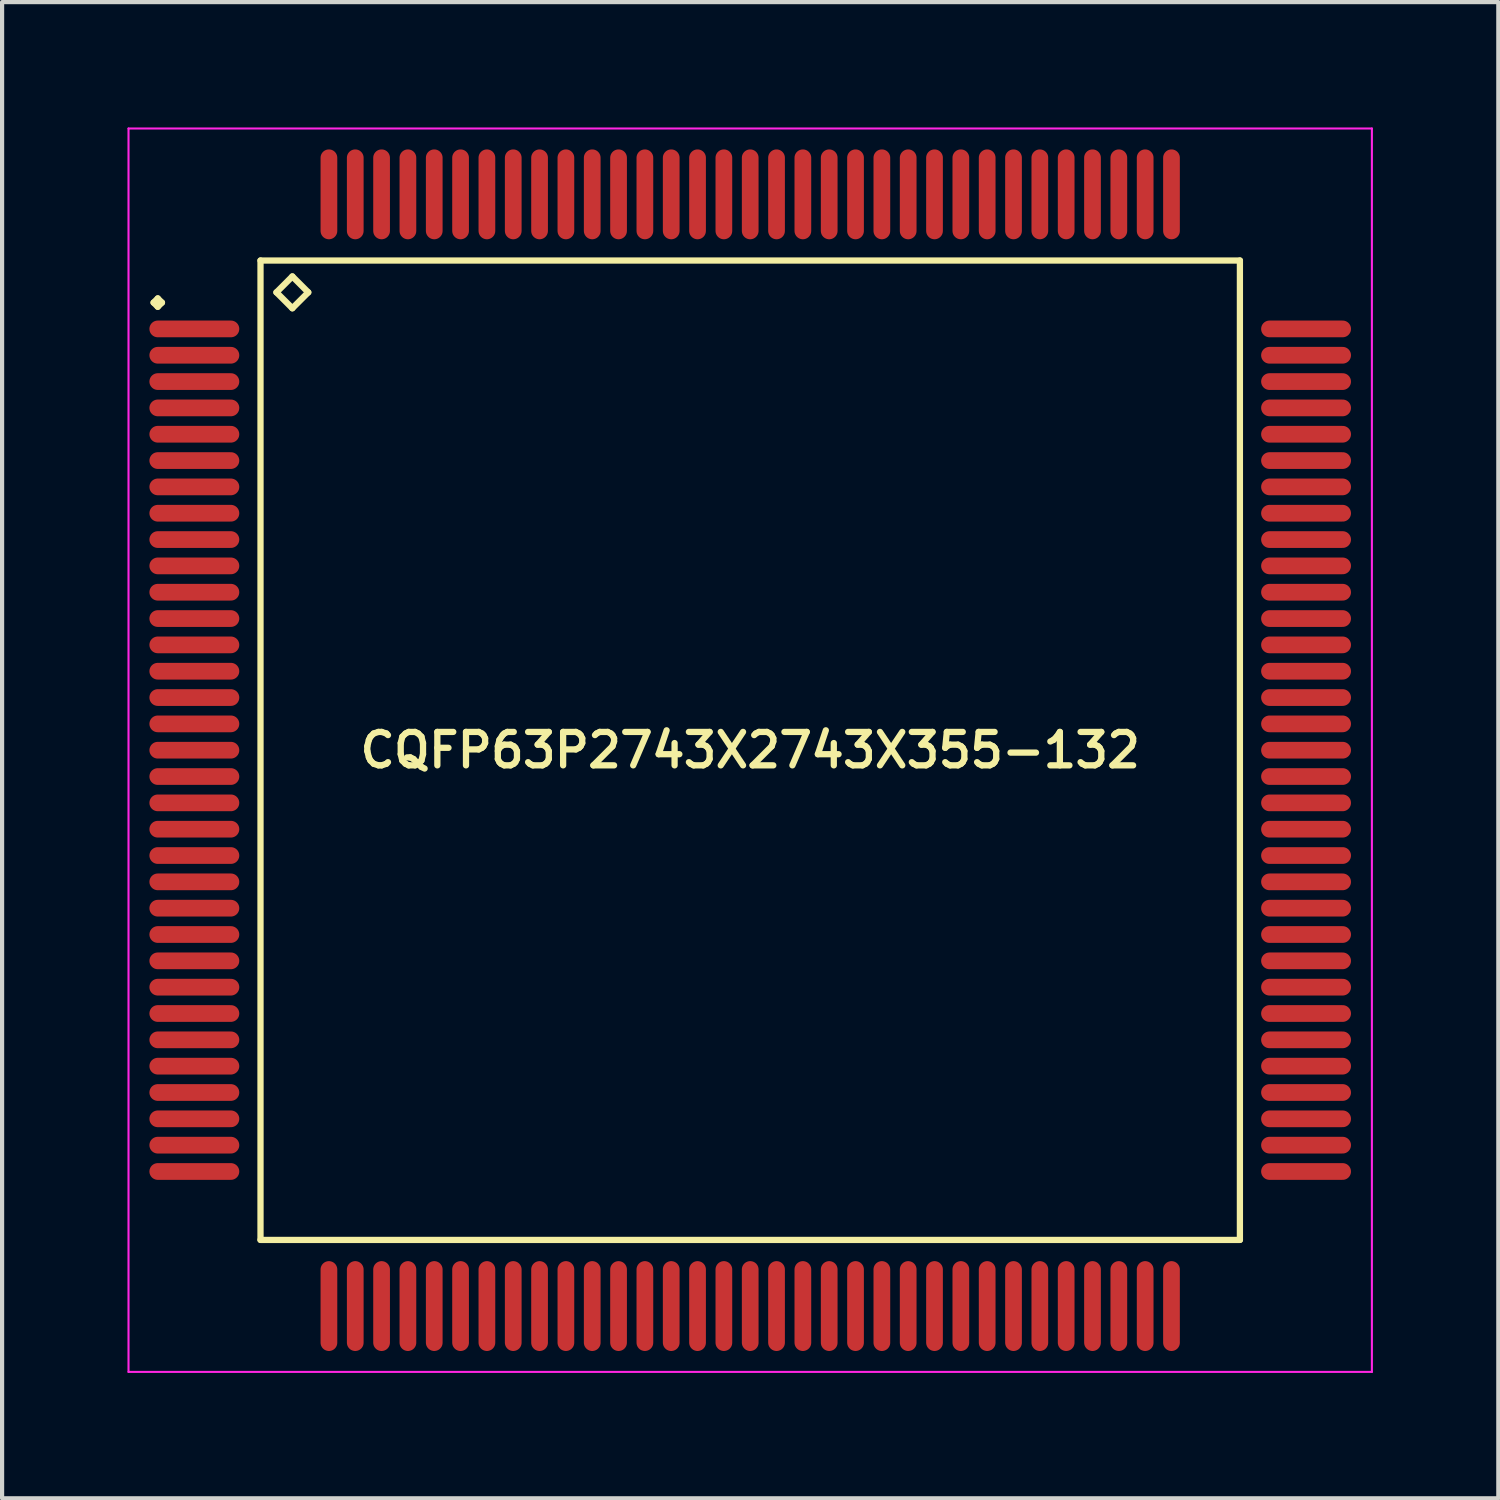
<source format=kicad_pcb>
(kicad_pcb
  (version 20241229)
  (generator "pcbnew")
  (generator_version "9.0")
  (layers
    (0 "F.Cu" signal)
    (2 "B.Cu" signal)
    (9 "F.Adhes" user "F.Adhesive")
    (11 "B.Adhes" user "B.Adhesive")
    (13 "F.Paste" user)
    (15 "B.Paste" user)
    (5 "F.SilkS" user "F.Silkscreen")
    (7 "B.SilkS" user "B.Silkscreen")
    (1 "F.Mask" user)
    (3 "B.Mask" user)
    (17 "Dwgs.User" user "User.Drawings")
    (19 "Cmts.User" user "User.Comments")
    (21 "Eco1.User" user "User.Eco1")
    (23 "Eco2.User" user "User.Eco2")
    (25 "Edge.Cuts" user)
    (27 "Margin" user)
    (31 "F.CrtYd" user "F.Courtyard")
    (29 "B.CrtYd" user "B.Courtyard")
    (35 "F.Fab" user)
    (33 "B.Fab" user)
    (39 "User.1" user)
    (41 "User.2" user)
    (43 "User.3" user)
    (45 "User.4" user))
  (footprint "CQFP63P2743X2743X355-132"
    (layer "F.Cu")
    (at 14.9 14.9)
    (property "Reference" "CQFP63P2743X2743X355-132" (at 0 0 0) (layer "F.SilkS") (effects (font (size 0.8 0.8) (thickness 0.15))))
    (attr smd)
    (fp_line (start -14.275 -10.71) (end -14.175 -10.81) (stroke (width 0.15) (type solid)) (layer "F.SilkS"))
    (fp_line (start -14.175 -10.81) (end -14.075 -10.71) (stroke (width 0.15) (type solid)) (layer "F.SilkS"))
    (fp_line (start -14.175 -10.61) (end -14.275 -10.71) (stroke (width 0.15) (type solid)) (layer "F.SilkS"))
    (fp_line (start -14.075 -10.71) (end -14.175 -10.61) (stroke (width 0.15) (type solid)) (layer "F.SilkS"))
    (fp_line (start -11.717 -11.717) (end -11.717 11.717) (stroke (width 0.15) (type solid)) (layer "F.SilkS"))
    (fp_line (start -11.717 11.717) (end 11.717 11.717) (stroke (width 0.15) (type solid)) (layer "F.SilkS"))
    (fp_line (start -11.336 -10.955) (end -10.955 -11.336) (stroke (width 0.15) (type solid)) (layer "F.SilkS"))
    (fp_line (start -10.955 -11.336) (end -10.574 -10.955) (stroke (width 0.15) (type solid)) (layer "F.SilkS"))
    (fp_line (start -10.955 -10.574) (end -11.336 -10.955) (stroke (width 0.15) (type solid)) (layer "F.SilkS"))
    (fp_line (start -10.574 -10.955) (end -10.955 -10.574) (stroke (width 0.15) (type solid)) (layer "F.SilkS"))
    (fp_line (start 11.717 -11.717) (end -11.717 -11.717) (stroke (width 0.15) (type solid)) (layer "F.SilkS"))
    (fp_line (start 11.717 11.717) (end 11.717 -11.717) (stroke (width 0.15) (type solid)) (layer "F.SilkS"))
    (fp_line (start -14.875 -14.875) (end 14.875 -14.875) (stroke (width 0.05) (type solid)) (layer "F.CrtYd"))
    (fp_line (start -14.875 14.875) (end -14.875 -14.875) (stroke (width 0.05) (type solid)) (layer "F.CrtYd"))
    (fp_line (start 14.875 -14.875) (end 14.875 14.875) (stroke (width 0.05) (type solid)) (layer "F.CrtYd"))
    (fp_line (start 14.875 14.875) (end -14.875 14.875) (stroke (width 0.05) (type solid)) (layer "F.CrtYd"))
    (pad "1" smd oval (at -13.3 -10.08) (size 2.15 0.4) (layers "F.Cu" "F.Mask" "F.Paste"))
    (pad "2" smd oval (at -13.3 -9.45) (size 2.15 0.4) (layers "F.Cu" "F.Mask" "F.Paste"))
    (pad "3" smd oval (at -13.3 -8.82) (size 2.15 0.4) (layers "F.Cu" "F.Mask" "F.Paste"))
    (pad "4" smd oval (at -13.3 -8.19) (size 2.15 0.4) (layers "F.Cu" "F.Mask" "F.Paste"))
    (pad "5" smd oval (at -13.3 -7.56) (size 2.15 0.4) (layers "F.Cu" "F.Mask" "F.Paste"))
    (pad "6" smd oval (at -13.3 -6.93) (size 2.15 0.4) (layers "F.Cu" "F.Mask" "F.Paste"))
    (pad "7" smd oval (at -13.3 -6.3) (size 2.15 0.4) (layers "F.Cu" "F.Mask" "F.Paste"))
    (pad "8" smd oval (at -13.3 -5.67) (size 2.15 0.4) (layers "F.Cu" "F.Mask" "F.Paste"))
    (pad "9" smd oval (at -13.3 -5.04) (size 2.15 0.4) (layers "F.Cu" "F.Mask" "F.Paste"))
    (pad "10" smd oval (at -13.3 -4.41) (size 2.15 0.4) (layers "F.Cu" "F.Mask" "F.Paste"))
    (pad "11" smd oval (at -13.3 -3.78) (size 2.15 0.4) (layers "F.Cu" "F.Mask" "F.Paste"))
    (pad "12" smd oval (at -13.3 -3.15) (size 2.15 0.4) (layers "F.Cu" "F.Mask" "F.Paste"))
    (pad "13" smd oval (at -13.3 -2.52) (size 2.15 0.4) (layers "F.Cu" "F.Mask" "F.Paste"))
    (pad "14" smd oval (at -13.3 -1.89) (size 2.15 0.4) (layers "F.Cu" "F.Mask" "F.Paste"))
    (pad "15" smd oval (at -13.3 -1.26) (size 2.15 0.4) (layers "F.Cu" "F.Mask" "F.Paste"))
    (pad "16" smd oval (at -13.3 -0.63) (size 2.15 0.4) (layers "F.Cu" "F.Mask" "F.Paste"))
    (pad "17" smd oval (at -13.3 0) (size 2.15 0.4) (layers "F.Cu" "F.Mask" "F.Paste"))
    (pad "18" smd oval (at -13.3 0.63) (size 2.15 0.4) (layers "F.Cu" "F.Mask" "F.Paste"))
    (pad "19" smd oval (at -13.3 1.26) (size 2.15 0.4) (layers "F.Cu" "F.Mask" "F.Paste"))
    (pad "20" smd oval (at -13.3 1.89) (size 2.15 0.4) (layers "F.Cu" "F.Mask" "F.Paste"))
    (pad "21" smd oval (at -13.3 2.52) (size 2.15 0.4) (layers "F.Cu" "F.Mask" "F.Paste"))
    (pad "22" smd oval (at -13.3 3.15) (size 2.15 0.4) (layers "F.Cu" "F.Mask" "F.Paste"))
    (pad "23" smd oval (at -13.3 3.78) (size 2.15 0.4) (layers "F.Cu" "F.Mask" "F.Paste"))
    (pad "24" smd oval (at -13.3 4.41) (size 2.15 0.4) (layers "F.Cu" "F.Mask" "F.Paste"))
    (pad "25" smd oval (at -13.3 5.04) (size 2.15 0.4) (layers "F.Cu" "F.Mask" "F.Paste"))
    (pad "26" smd oval (at -13.3 5.67) (size 2.15 0.4) (layers "F.Cu" "F.Mask" "F.Paste"))
    (pad "27" smd oval (at -13.3 6.3) (size 2.15 0.4) (layers "F.Cu" "F.Mask" "F.Paste"))
    (pad "28" smd oval (at -13.3 6.93) (size 2.15 0.4) (layers "F.Cu" "F.Mask" "F.Paste"))
    (pad "29" smd oval (at -13.3 7.56) (size 2.15 0.4) (layers "F.Cu" "F.Mask" "F.Paste"))
    (pad "30" smd oval (at -13.3 8.19) (size 2.15 0.4) (layers "F.Cu" "F.Mask" "F.Paste"))
    (pad "31" smd oval (at -13.3 8.82) (size 2.15 0.4) (layers "F.Cu" "F.Mask" "F.Paste"))
    (pad "32" smd oval (at -13.3 9.45) (size 2.15 0.4) (layers "F.Cu" "F.Mask" "F.Paste"))
    (pad "33" smd oval (at -13.3 10.08) (size 2.15 0.4) (layers "F.Cu" "F.Mask" "F.Paste"))
    (pad "34" smd oval (at -10.08 13.3) (size 0.4 2.15) (layers "F.Cu" "F.Mask" "F.Paste"))
    (pad "35" smd oval (at -9.45 13.3) (size 0.4 2.15) (layers "F.Cu" "F.Mask" "F.Paste"))
    (pad "36" smd oval (at -8.82 13.3) (size 0.4 2.15) (layers "F.Cu" "F.Mask" "F.Paste"))
    (pad "37" smd oval (at -8.19 13.3) (size 0.4 2.15) (layers "F.Cu" "F.Mask" "F.Paste"))
    (pad "38" smd oval (at -7.56 13.3) (size 0.4 2.15) (layers "F.Cu" "F.Mask" "F.Paste"))
    (pad "39" smd oval (at -6.93 13.3) (size 0.4 2.15) (layers "F.Cu" "F.Mask" "F.Paste"))
    (pad "40" smd oval (at -6.3 13.3) (size 0.4 2.15) (layers "F.Cu" "F.Mask" "F.Paste"))
    (pad "41" smd oval (at -5.67 13.3) (size 0.4 2.15) (layers "F.Cu" "F.Mask" "F.Paste"))
    (pad "42" smd oval (at -5.04 13.3) (size 0.4 2.15) (layers "F.Cu" "F.Mask" "F.Paste"))
    (pad "43" smd oval (at -4.41 13.3) (size 0.4 2.15) (layers "F.Cu" "F.Mask" "F.Paste"))
    (pad "44" smd oval (at -3.78 13.3) (size 0.4 2.15) (layers "F.Cu" "F.Mask" "F.Paste"))
    (pad "45" smd oval (at -3.15 13.3) (size 0.4 2.15) (layers "F.Cu" "F.Mask" "F.Paste"))
    (pad "46" smd oval (at -2.52 13.3) (size 0.4 2.15) (layers "F.Cu" "F.Mask" "F.Paste"))
    (pad "47" smd oval (at -1.89 13.3) (size 0.4 2.15) (layers "F.Cu" "F.Mask" "F.Paste"))
    (pad "48" smd oval (at -1.26 13.3) (size 0.4 2.15) (layers "F.Cu" "F.Mask" "F.Paste"))
    (pad "49" smd oval (at -0.63 13.3) (size 0.4 2.15) (layers "F.Cu" "F.Mask" "F.Paste"))
    (pad "50" smd oval (at 0 13.3) (size 0.4 2.15) (layers "F.Cu" "F.Mask" "F.Paste"))
    (pad "51" smd oval (at 0.63 13.3) (size 0.4 2.15) (layers "F.Cu" "F.Mask" "F.Paste"))
    (pad "52" smd oval (at 1.26 13.3) (size 0.4 2.15) (layers "F.Cu" "F.Mask" "F.Paste"))
    (pad "53" smd oval (at 1.89 13.3) (size 0.4 2.15) (layers "F.Cu" "F.Mask" "F.Paste"))
    (pad "54" smd oval (at 2.52 13.3) (size 0.4 2.15) (layers "F.Cu" "F.Mask" "F.Paste"))
    (pad "55" smd oval (at 3.15 13.3) (size 0.4 2.15) (layers "F.Cu" "F.Mask" "F.Paste"))
    (pad "56" smd oval (at 3.78 13.3) (size 0.4 2.15) (layers "F.Cu" "F.Mask" "F.Paste"))
    (pad "57" smd oval (at 4.41 13.3) (size 0.4 2.15) (layers "F.Cu" "F.Mask" "F.Paste"))
    (pad "58" smd oval (at 5.04 13.3) (size 0.4 2.15) (layers "F.Cu" "F.Mask" "F.Paste"))
    (pad "59" smd oval (at 5.67 13.3) (size 0.4 2.15) (layers "F.Cu" "F.Mask" "F.Paste"))
    (pad "60" smd oval (at 6.3 13.3) (size 0.4 2.15) (layers "F.Cu" "F.Mask" "F.Paste"))
    (pad "61" smd oval (at 6.93 13.3) (size 0.4 2.15) (layers "F.Cu" "F.Mask" "F.Paste"))
    (pad "62" smd oval (at 7.56 13.3) (size 0.4 2.15) (layers "F.Cu" "F.Mask" "F.Paste"))
    (pad "63" smd oval (at 8.19 13.3) (size 0.4 2.15) (layers "F.Cu" "F.Mask" "F.Paste"))
    (pad "64" smd oval (at 8.82 13.3) (size 0.4 2.15) (layers "F.Cu" "F.Mask" "F.Paste"))
    (pad "65" smd oval (at 9.45 13.3) (size 0.4 2.15) (layers "F.Cu" "F.Mask" "F.Paste"))
    (pad "66" smd oval (at 10.08 13.3) (size 0.4 2.15) (layers "F.Cu" "F.Mask" "F.Paste"))
    (pad "67" smd oval (at 13.3 10.08) (size 2.15 0.4) (layers "F.Cu" "F.Mask" "F.Paste"))
    (pad "68" smd oval (at 13.3 9.45) (size 2.15 0.4) (layers "F.Cu" "F.Mask" "F.Paste"))
    (pad "69" smd oval (at 13.3 8.82) (size 2.15 0.4) (layers "F.Cu" "F.Mask" "F.Paste"))
    (pad "70" smd oval (at 13.3 8.19) (size 2.15 0.4) (layers "F.Cu" "F.Mask" "F.Paste"))
    (pad "71" smd oval (at 13.3 7.56) (size 2.15 0.4) (layers "F.Cu" "F.Mask" "F.Paste"))
    (pad "72" smd oval (at 13.3 6.93) (size 2.15 0.4) (layers "F.Cu" "F.Mask" "F.Paste"))
    (pad "73" smd oval (at 13.3 6.3) (size 2.15 0.4) (layers "F.Cu" "F.Mask" "F.Paste"))
    (pad "74" smd oval (at 13.3 5.67) (size 2.15 0.4) (layers "F.Cu" "F.Mask" "F.Paste"))
    (pad "75" smd oval (at 13.3 5.04) (size 2.15 0.4) (layers "F.Cu" "F.Mask" "F.Paste"))
    (pad "76" smd oval (at 13.3 4.41) (size 2.15 0.4) (layers "F.Cu" "F.Mask" "F.Paste"))
    (pad "77" smd oval (at 13.3 3.78) (size 2.15 0.4) (layers "F.Cu" "F.Mask" "F.Paste"))
    (pad "78" smd oval (at 13.3 3.15) (size 2.15 0.4) (layers "F.Cu" "F.Mask" "F.Paste"))
    (pad "79" smd oval (at 13.3 2.52) (size 2.15 0.4) (layers "F.Cu" "F.Mask" "F.Paste"))
    (pad "80" smd oval (at 13.3 1.89) (size 2.15 0.4) (layers "F.Cu" "F.Mask" "F.Paste"))
    (pad "81" smd oval (at 13.3 1.26) (size 2.15 0.4) (layers "F.Cu" "F.Mask" "F.Paste"))
    (pad "82" smd oval (at 13.3 0.63) (size 2.15 0.4) (layers "F.Cu" "F.Mask" "F.Paste"))
    (pad "83" smd oval (at 13.3 0) (size 2.15 0.4) (layers "F.Cu" "F.Mask" "F.Paste"))
    (pad "84" smd oval (at 13.3 -0.63) (size 2.15 0.4) (layers "F.Cu" "F.Mask" "F.Paste"))
    (pad "85" smd oval (at 13.3 -1.26) (size 2.15 0.4) (layers "F.Cu" "F.Mask" "F.Paste"))
    (pad "86" smd oval (at 13.3 -1.89) (size 2.15 0.4) (layers "F.Cu" "F.Mask" "F.Paste"))
    (pad "87" smd oval (at 13.3 -2.52) (size 2.15 0.4) (layers "F.Cu" "F.Mask" "F.Paste"))
    (pad "88" smd oval (at 13.3 -3.15) (size 2.15 0.4) (layers "F.Cu" "F.Mask" "F.Paste"))
    (pad "89" smd oval (at 13.3 -3.78) (size 2.15 0.4) (layers "F.Cu" "F.Mask" "F.Paste"))
    (pad "90" smd oval (at 13.3 -4.41) (size 2.15 0.4) (layers "F.Cu" "F.Mask" "F.Paste"))
    (pad "91" smd oval (at 13.3 -5.04) (size 2.15 0.4) (layers "F.Cu" "F.Mask" "F.Paste"))
    (pad "92" smd oval (at 13.3 -5.67) (size 2.15 0.4) (layers "F.Cu" "F.Mask" "F.Paste"))
    (pad "93" smd oval (at 13.3 -6.3) (size 2.15 0.4) (layers "F.Cu" "F.Mask" "F.Paste"))
    (pad "94" smd oval (at 13.3 -6.93) (size 2.15 0.4) (layers "F.Cu" "F.Mask" "F.Paste"))
    (pad "95" smd oval (at 13.3 -7.56) (size 2.15 0.4) (layers "F.Cu" "F.Mask" "F.Paste"))
    (pad "96" smd oval (at 13.3 -8.19) (size 2.15 0.4) (layers "F.Cu" "F.Mask" "F.Paste"))
    (pad "97" smd oval (at 13.3 -8.82) (size 2.15 0.4) (layers "F.Cu" "F.Mask" "F.Paste"))
    (pad "98" smd oval (at 13.3 -9.45) (size 2.15 0.4) (layers "F.Cu" "F.Mask" "F.Paste"))
    (pad "99" smd oval (at 13.3 -10.08) (size 2.15 0.4) (layers "F.Cu" "F.Mask" "F.Paste"))
    (pad "100" smd oval (at 10.08 -13.3) (size 0.4 2.15) (layers "F.Cu" "F.Mask" "F.Paste"))
    (pad "101" smd oval (at 9.45 -13.3) (size 0.4 2.15) (layers "F.Cu" "F.Mask" "F.Paste"))
    (pad "102" smd oval (at 8.82 -13.3) (size 0.4 2.15) (layers "F.Cu" "F.Mask" "F.Paste"))
    (pad "103" smd oval (at 8.19 -13.3) (size 0.4 2.15) (layers "F.Cu" "F.Mask" "F.Paste"))
    (pad "104" smd oval (at 7.56 -13.3) (size 0.4 2.15) (layers "F.Cu" "F.Mask" "F.Paste"))
    (pad "105" smd oval (at 6.93 -13.3) (size 0.4 2.15) (layers "F.Cu" "F.Mask" "F.Paste"))
    (pad "106" smd oval (at 6.3 -13.3) (size 0.4 2.15) (layers "F.Cu" "F.Mask" "F.Paste"))
    (pad "107" smd oval (at 5.67 -13.3) (size 0.4 2.15) (layers "F.Cu" "F.Mask" "F.Paste"))
    (pad "108" smd oval (at 5.04 -13.3) (size 0.4 2.15) (layers "F.Cu" "F.Mask" "F.Paste"))
    (pad "109" smd oval (at 4.41 -13.3) (size 0.4 2.15) (layers "F.Cu" "F.Mask" "F.Paste"))
    (pad "110" smd oval (at 3.78 -13.3) (size 0.4 2.15) (layers "F.Cu" "F.Mask" "F.Paste"))
    (pad "111" smd oval (at 3.15 -13.3) (size 0.4 2.15) (layers "F.Cu" "F.Mask" "F.Paste"))
    (pad "112" smd oval (at 2.52 -13.3) (size 0.4 2.15) (layers "F.Cu" "F.Mask" "F.Paste"))
    (pad "113" smd oval (at 1.89 -13.3) (size 0.4 2.15) (layers "F.Cu" "F.Mask" "F.Paste"))
    (pad "114" smd oval (at 1.26 -13.3) (size 0.4 2.15) (layers "F.Cu" "F.Mask" "F.Paste"))
    (pad "115" smd oval (at 0.63 -13.3) (size 0.4 2.15) (layers "F.Cu" "F.Mask" "F.Paste"))
    (pad "116" smd oval (at 0 -13.3) (size 0.4 2.15) (layers "F.Cu" "F.Mask" "F.Paste"))
    (pad "117" smd oval (at -0.63 -13.3) (size 0.4 2.15) (layers "F.Cu" "F.Mask" "F.Paste"))
    (pad "118" smd oval (at -1.26 -13.3) (size 0.4 2.15) (layers "F.Cu" "F.Mask" "F.Paste"))
    (pad "119" smd oval (at -1.89 -13.3) (size 0.4 2.15) (layers "F.Cu" "F.Mask" "F.Paste"))
    (pad "120" smd oval (at -2.52 -13.3) (size 0.4 2.15) (layers "F.Cu" "F.Mask" "F.Paste"))
    (pad "121" smd oval (at -3.15 -13.3) (size 0.4 2.15) (layers "F.Cu" "F.Mask" "F.Paste"))
    (pad "122" smd oval (at -3.78 -13.3) (size 0.4 2.15) (layers "F.Cu" "F.Mask" "F.Paste"))
    (pad "123" smd oval (at -4.41 -13.3) (size 0.4 2.15) (layers "F.Cu" "F.Mask" "F.Paste"))
    (pad "124" smd oval (at -5.04 -13.3) (size 0.4 2.15) (layers "F.Cu" "F.Mask" "F.Paste"))
    (pad "125" smd oval (at -5.67 -13.3) (size 0.4 2.15) (layers "F.Cu" "F.Mask" "F.Paste"))
    (pad "126" smd oval (at -6.3 -13.3) (size 0.4 2.15) (layers "F.Cu" "F.Mask" "F.Paste"))
    (pad "127" smd oval (at -6.93 -13.3) (size 0.4 2.15) (layers "F.Cu" "F.Mask" "F.Paste"))
    (pad "128" smd oval (at -7.56 -13.3) (size 0.4 2.15) (layers "F.Cu" "F.Mask" "F.Paste"))
    (pad "129" smd oval (at -8.19 -13.3) (size 0.4 2.15) (layers "F.Cu" "F.Mask" "F.Paste"))
    (pad "130" smd oval (at -8.82 -13.3) (size 0.4 2.15) (layers "F.Cu" "F.Mask" "F.Paste"))
    (pad "131" smd oval (at -9.45 -13.3) (size 0.4 2.15) (layers "F.Cu" "F.Mask" "F.Paste"))
    (pad "132" smd oval (at -10.08 -13.3) (size 0.4 2.15) (layers "F.Cu" "F.Mask" "F.Paste")))
  (gr_rect
    (start -3 -3)
    (end 32.8 32.8)
    (stroke (width 0.1) (type default))
    (fill no)
    (layer "Edge.Cuts")))
</source>
